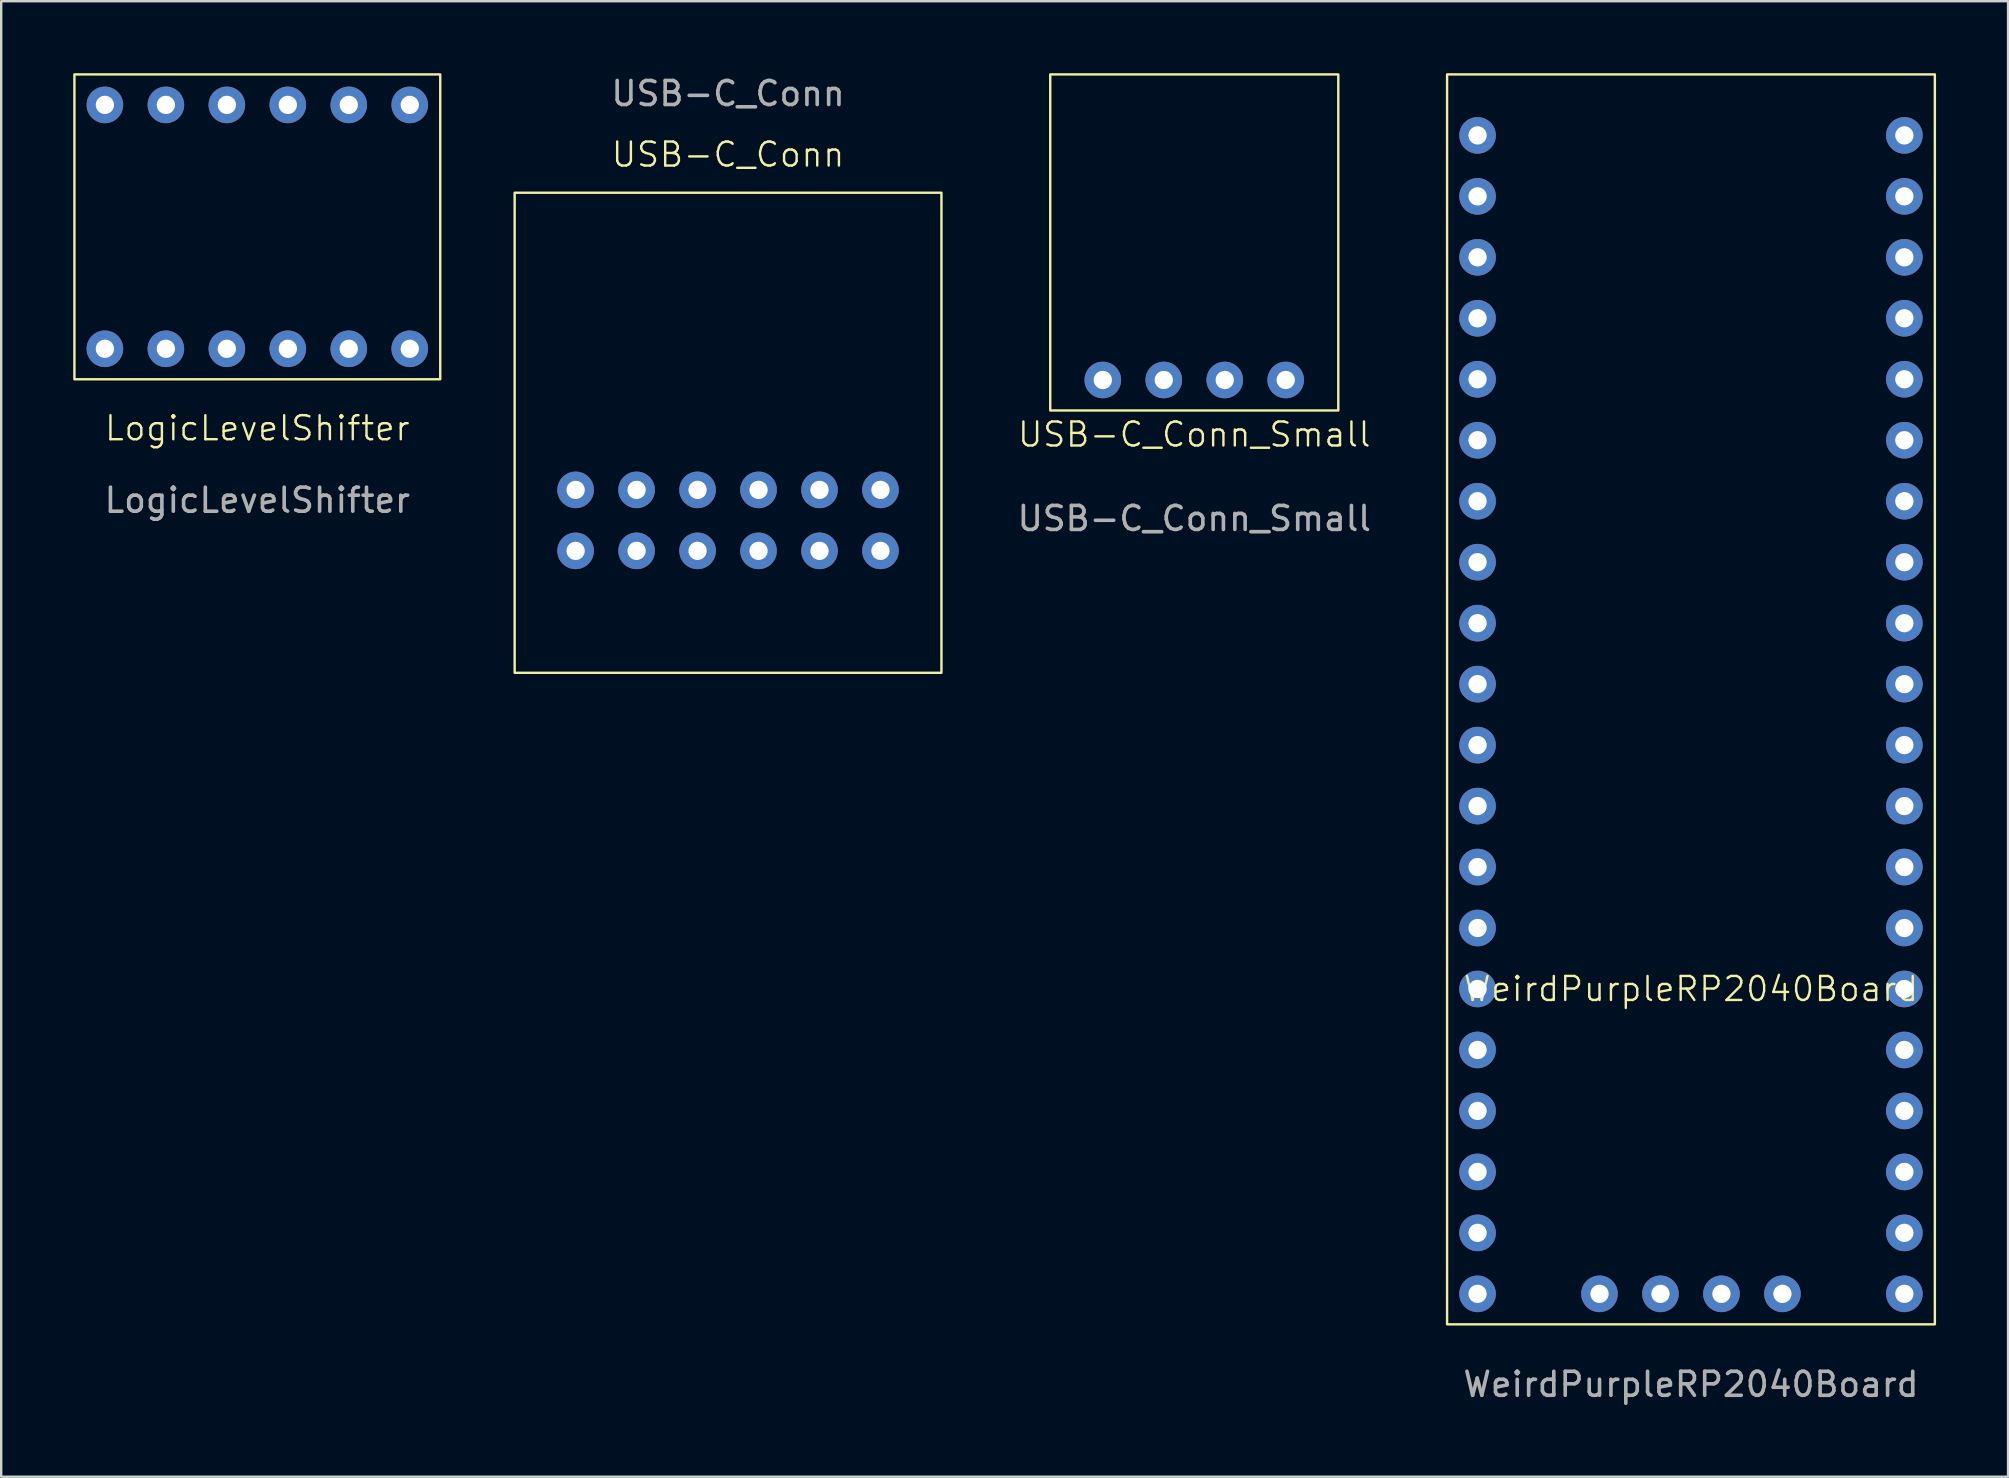
<source format=kicad_pcb>
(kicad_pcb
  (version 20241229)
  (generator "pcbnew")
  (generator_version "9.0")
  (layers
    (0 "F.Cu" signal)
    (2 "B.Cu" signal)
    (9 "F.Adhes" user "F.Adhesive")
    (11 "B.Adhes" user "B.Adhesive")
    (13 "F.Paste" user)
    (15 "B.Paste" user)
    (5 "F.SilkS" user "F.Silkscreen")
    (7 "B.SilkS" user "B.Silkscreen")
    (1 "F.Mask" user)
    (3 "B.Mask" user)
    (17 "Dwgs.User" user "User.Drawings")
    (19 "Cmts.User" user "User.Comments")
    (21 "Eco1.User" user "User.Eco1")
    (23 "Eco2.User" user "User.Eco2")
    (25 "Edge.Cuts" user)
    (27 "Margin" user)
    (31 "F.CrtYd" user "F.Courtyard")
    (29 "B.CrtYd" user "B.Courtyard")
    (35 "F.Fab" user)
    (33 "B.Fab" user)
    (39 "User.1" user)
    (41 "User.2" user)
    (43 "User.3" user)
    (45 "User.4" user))
  (footprint "USB-C_Conn"
    (layer "F.Cu")
    (at 27.28 24.978)
    (property "Reference" "USB-C_Conn" (at 0 -21.59 0) (unlocked yes) (layer "F.SilkS") (effects (font (size 1 1) (thickness 0.1))))
    (attr through_hole)
    (fp_rect (start -8.89 -20) (end 8.89 0) (stroke (width 0.1) (type default)) (fill no) (layer "F.SilkS"))
    (fp_text user "${REFERENCE}" (at 0 -24.13 0) (unlocked yes) (layer "F.Fab") (effects (font (size 1 1) (thickness 0.15))))
    (pad "1" thru_hole circle (at 6.35 -5.08) (size 1.524 1.524) (drill 0.762) (layers "*.Cu" "*.Mask"))
    (pad "2" thru_hole circle (at -6.35 -5.08) (size 1.524 1.524) (drill 0.762) (layers "*.Cu" "*.Mask"))
    (pad "3" thru_hole circle (at -3.81 -5.08) (size 1.524 1.524) (drill 0.762) (layers "*.Cu" "*.Mask"))
    (pad "4" thru_hole circle (at -3.81 -7.62) (size 1.524 1.524) (drill 0.762) (layers "*.Cu" "*.Mask"))
    (pad "5" thru_hole circle (at -1.27 -5.08) (size 1.524 1.524) (drill 0.762) (layers "*.Cu" "*.Mask"))
    (pad "6" thru_hole circle (at -1.27 -7.62) (size 1.524 1.524) (drill 0.762) (layers "*.Cu" "*.Mask"))
    (pad "7" thru_hole circle (at 1.27 -5.08) (size 1.524 1.524) (drill 0.762) (layers "*.Cu" "*.Mask"))
    (pad "8" thru_hole circle (at 1.27 -7.62) (size 1.524 1.524) (drill 0.762) (layers "*.Cu" "*.Mask"))
    (pad "9" thru_hole circle (at 3.81 -5.08) (size 1.524 1.524) (drill 0.762) (layers "*.Cu" "*.Mask"))
    (pad "10" thru_hole circle (at 3.81 -7.62) (size 1.524 1.524) (drill 0.762) (layers "*.Cu" "*.Mask"))
    (pad "11" thru_hole circle (at -6.35 -7.62) (size 1.524 1.524) (drill 0.762) (layers "*.Cu" "*.Mask"))
    (pad "12" thru_hole circle (at 6.35 -7.62) (size 1.524 1.524) (drill 0.762) (layers "*.Cu" "*.Mask")))
  (footprint "WeirdPurpleRP2040Board"
    (layer "F.Cu")
    (at 67.394 52.12)
    (property "Reference" "WeirdPurpleRP2040Board" (at 0 -13.97 0) (unlocked yes) (layer "F.SilkS") (effects (font (size 1 1) (thickness 0.1))))
    (attr through_hole)
    (fp_rect (start -10.16 -52.07) (end 10.16 0) (stroke (width 0.1) (type default)) (fill no) (layer "F.SilkS"))
    (fp_text user "${REFERENCE}" (at 0 2.5 0) (unlocked yes) (layer "F.Fab") (effects (font (size 1 1) (thickness 0.15))))
    (pad "1" thru_hole circle (at -8.89 -49.53) (size 1.524 1.524) (drill 0.762) (layers "*.Cu" "*.Mask"))
    (pad "2" thru_hole circle (at -8.89 -46.99) (size 1.524 1.524) (drill 0.762) (layers "*.Cu" "*.Mask"))
    (pad "3" thru_hole circle (at -8.89 -44.45) (size 1.524 1.524) (drill 0.762) (layers "*.Cu" "*.Mask"))
    (pad "4" thru_hole circle (at -8.89 -41.91) (size 1.524 1.524) (drill 0.762) (layers "*.Cu" "*.Mask"))
    (pad "5" thru_hole circle (at -8.89 -39.37) (size 1.524 1.524) (drill 0.762) (layers "*.Cu" "*.Mask"))
    (pad "6" thru_hole circle (at -8.89 -36.83) (size 1.524 1.524) (drill 0.762) (layers "*.Cu" "*.Mask"))
    (pad "7" thru_hole circle (at -8.89 -34.29) (size 1.524 1.524) (drill 0.762) (layers "*.Cu" "*.Mask"))
    (pad "8" thru_hole circle (at -8.89 -31.75) (size 1.524 1.524) (drill 0.762) (layers "*.Cu" "*.Mask"))
    (pad "9" thru_hole circle (at -8.89 -29.21) (size 1.524 1.524) (drill 0.762) (layers "*.Cu" "*.Mask"))
    (pad "10" thru_hole circle (at -8.89 -26.67) (size 1.524 1.524) (drill 0.762) (layers "*.Cu" "*.Mask"))
    (pad "11" thru_hole circle (at -8.89 -24.13) (size 1.524 1.524) (drill 0.762) (layers "*.Cu" "*.Mask"))
    (pad "12" thru_hole circle (at -8.89 -21.59) (size 1.524 1.524) (drill 0.762) (layers "*.Cu" "*.Mask"))
    (pad "13" thru_hole circle (at -8.89 -19.05) (size 1.524 1.524) (drill 0.762) (layers "*.Cu" "*.Mask"))
    (pad "14" thru_hole circle (at -8.89 -16.51) (size 1.524 1.524) (drill 0.762) (layers "*.Cu" "*.Mask"))
    (pad "15" thru_hole circle (at -8.89 -13.97) (size 1.524 1.524) (drill 0.762) (layers "*.Cu" "*.Mask"))
    (pad "16" thru_hole circle (at -8.89 -11.43) (size 1.524 1.524) (drill 0.762) (layers "*.Cu" "*.Mask"))
    (pad "17" thru_hole circle (at -8.89 -8.89) (size 1.524 1.524) (drill 0.762) (layers "*.Cu" "*.Mask"))
    (pad "18" thru_hole circle (at -8.89 -6.35) (size 1.524 1.524) (drill 0.762) (layers "*.Cu" "*.Mask"))
    (pad "19" thru_hole circle (at -8.89 -3.81) (size 1.524 1.524) (drill 0.762) (layers "*.Cu" "*.Mask"))
    (pad "20" thru_hole circle (at -8.89 -1.27) (size 1.524 1.524) (drill 0.762) (layers "*.Cu" "*.Mask"))
    (pad "21" thru_hole circle (at -3.81 -1.27) (size 1.524 1.524) (drill 0.762) (layers "*.Cu" "*.Mask"))
    (pad "22" thru_hole circle (at -1.27 -1.27) (size 1.524 1.524) (drill 0.762) (layers "*.Cu" "*.Mask"))
    (pad "23" thru_hole circle (at 1.27 -1.27) (size 1.524 1.524) (drill 0.762) (layers "*.Cu" "*.Mask"))
    (pad "24" thru_hole circle (at 3.81 -1.27) (size 1.524 1.524) (drill 0.762) (layers "*.Cu" "*.Mask"))
    (pad "25" thru_hole circle (at 8.89 -1.27) (size 1.524 1.524) (drill 0.762) (layers "*.Cu" "*.Mask"))
    (pad "26" thru_hole circle (at 8.89 -3.81) (size 1.524 1.524) (drill 0.762) (layers "*.Cu" "*.Mask"))
    (pad "27" thru_hole circle (at 8.89 -6.35) (size 1.524 1.524) (drill 0.762) (layers "*.Cu" "*.Mask"))
    (pad "28" thru_hole circle (at 8.89 -8.89) (size 1.524 1.524) (drill 0.762) (layers "*.Cu" "*.Mask"))
    (pad "29" thru_hole circle (at 8.89 -11.43) (size 1.524 1.524) (drill 0.762) (layers "*.Cu" "*.Mask"))
    (pad "30" thru_hole circle (at 8.89 -13.97) (size 1.524 1.524) (drill 0.762) (layers "*.Cu" "*.Mask"))
    (pad "31" thru_hole circle (at 8.89 -16.51) (size 1.524 1.524) (drill 0.762) (layers "*.Cu" "*.Mask"))
    (pad "32" thru_hole circle (at 8.89 -19.05) (size 1.524 1.524) (drill 0.762) (layers "*.Cu" "*.Mask"))
    (pad "33" thru_hole circle (at 8.89 -21.59) (size 1.524 1.524) (drill 0.762) (layers "*.Cu" "*.Mask"))
    (pad "34" thru_hole circle (at 8.89 -24.13) (size 1.524 1.524) (drill 0.762) (layers "*.Cu" "*.Mask"))
    (pad "35" thru_hole circle (at 8.89 -26.67) (size 1.524 1.524) (drill 0.762) (layers "*.Cu" "*.Mask"))
    (pad "36" thru_hole circle (at 8.89 -29.21) (size 1.524 1.524) (drill 0.762) (layers "*.Cu" "*.Mask"))
    (pad "37" thru_hole circle (at 8.89 -31.75) (size 1.524 1.524) (drill 0.762) (layers "*.Cu" "*.Mask"))
    (pad "38" thru_hole circle (at 8.89 -34.29) (size 1.524 1.524) (drill 0.762) (layers "*.Cu" "*.Mask"))
    (pad "39" thru_hole circle (at 8.89 -36.83) (size 1.524 1.524) (drill 0.762) (layers "*.Cu" "*.Mask"))
    (pad "40" thru_hole circle (at 8.89 -39.37) (size 1.524 1.524) (drill 0.762) (layers "*.Cu" "*.Mask"))
    (pad "41" thru_hole circle (at 8.89 -41.91) (size 1.524 1.524) (drill 0.762) (layers "*.Cu" "*.Mask"))
    (pad "42" thru_hole circle (at 8.89 -44.45) (size 1.524 1.524) (drill 0.762) (layers "*.Cu" "*.Mask"))
    (pad "43" thru_hole circle (at 8.89 -46.99) (size 1.524 1.524) (drill 0.762) (layers "*.Cu" "*.Mask"))
    (pad "44" thru_hole circle (at 8.89 -49.53) (size 1.524 1.524) (drill 0.762) (layers "*.Cu" "*.Mask")))
  (footprint "LogicLevelShifter"
    (layer "F.Cu")
    (at 7.67 15.29)
    (property "Reference" "LogicLevelShifter" (at 0 -0.5 0) (unlocked yes) (layer "F.SilkS") (effects (font (size 1 1) (thickness 0.1))))
    (attr through_hole)
    (fp_rect (start -7.62 -15.24) (end 7.62 -2.54) (stroke (width 0.1) (type default)) (fill no) (layer "F.SilkS"))
    (fp_text user "${REFERENCE}" (at 0 2.5 0) (unlocked yes) (layer "F.Fab") (effects (font (size 1 1) (thickness 0.15))))
    (pad "1" thru_hole circle (at -6.35 -13.97) (size 1.524 1.524) (drill 0.762) (layers "*.Cu" "*.Mask"))
    (pad "2" thru_hole circle (at -3.81 -13.97) (size 1.524 1.524) (drill 0.762) (layers "*.Cu" "*.Mask"))
    (pad "3" thru_hole circle (at -1.27 -13.97) (size 1.524 1.524) (drill 0.762) (layers "*.Cu" "*.Mask"))
    (pad "4" thru_hole circle (at 1.27 -13.97) (size 1.524 1.524) (drill 0.762) (layers "*.Cu" "*.Mask"))
    (pad "5" thru_hole circle (at 3.81 -13.97) (size 1.524 1.524) (drill 0.762) (layers "*.Cu" "*.Mask"))
    (pad "6" thru_hole circle (at 6.35 -13.97) (size 1.524 1.524) (drill 0.762) (layers "*.Cu" "*.Mask"))
    (pad "7" thru_hole circle (at -6.35 -3.81) (size 1.524 1.524) (drill 0.762) (layers "*.Cu" "*.Mask"))
    (pad "8" thru_hole circle (at -3.81 -3.81) (size 1.524 1.524) (drill 0.762) (layers "*.Cu" "*.Mask"))
    (pad "9" thru_hole circle (at -1.27 -3.81) (size 1.524 1.524) (drill 0.762) (layers "*.Cu" "*.Mask"))
    (pad "10" thru_hole circle (at 1.27 -3.81) (size 1.524 1.524) (drill 0.762) (layers "*.Cu" "*.Mask"))
    (pad "11" thru_hole circle (at 3.81 -3.81) (size 1.524 1.524) (drill 0.762) (layers "*.Cu" "*.Mask"))
    (pad "12" thru_hole circle (at 6.35 -3.81) (size 1.524 1.524) (drill 0.762) (layers "*.Cu" "*.Mask")))
  (footprint "USB-C_Conn_Small"
    (layer "F.Cu")
    (at 46.702 14.05)
    (property "Reference" "USB-C_Conn_Small" (at 0 1 0) (unlocked yes) (layer "F.SilkS") (effects (font (size 1 1) (thickness 0.1))))
    (attr through_hole)
    (fp_rect (start -6 -14) (end 6 0) (stroke (width 0.1) (type default)) (fill no) (layer "F.SilkS"))
    (fp_text user "${REFERENCE}" (at 0 4.5 0) (unlocked yes) (layer "F.Fab") (effects (font (size 1 1) (thickness 0.15))))
    (pad "1" thru_hole circle (at -3.81 -1.27) (size 1.524 1.524) (drill 0.762) (layers "*.Cu" "*.Mask"))
    (pad "2" thru_hole circle (at -1.27 -1.27) (size 1.524 1.524) (drill 0.762) (layers "*.Cu" "*.Mask"))
    (pad "3" thru_hole circle (at 1.27 -1.27) (size 1.524 1.524) (drill 0.762) (layers "*.Cu" "*.Mask"))
    (pad "4" thru_hole circle (at 3.81 -1.27) (size 1.524 1.524) (drill 0.762) (layers "*.Cu" "*.Mask")))
  (gr_rect
    (start -3 -3)
    (end 80.604 58.468)
    (stroke (width 0.1) (type default))
    (fill no)
    (layer "Edge.Cuts")))
</source>
